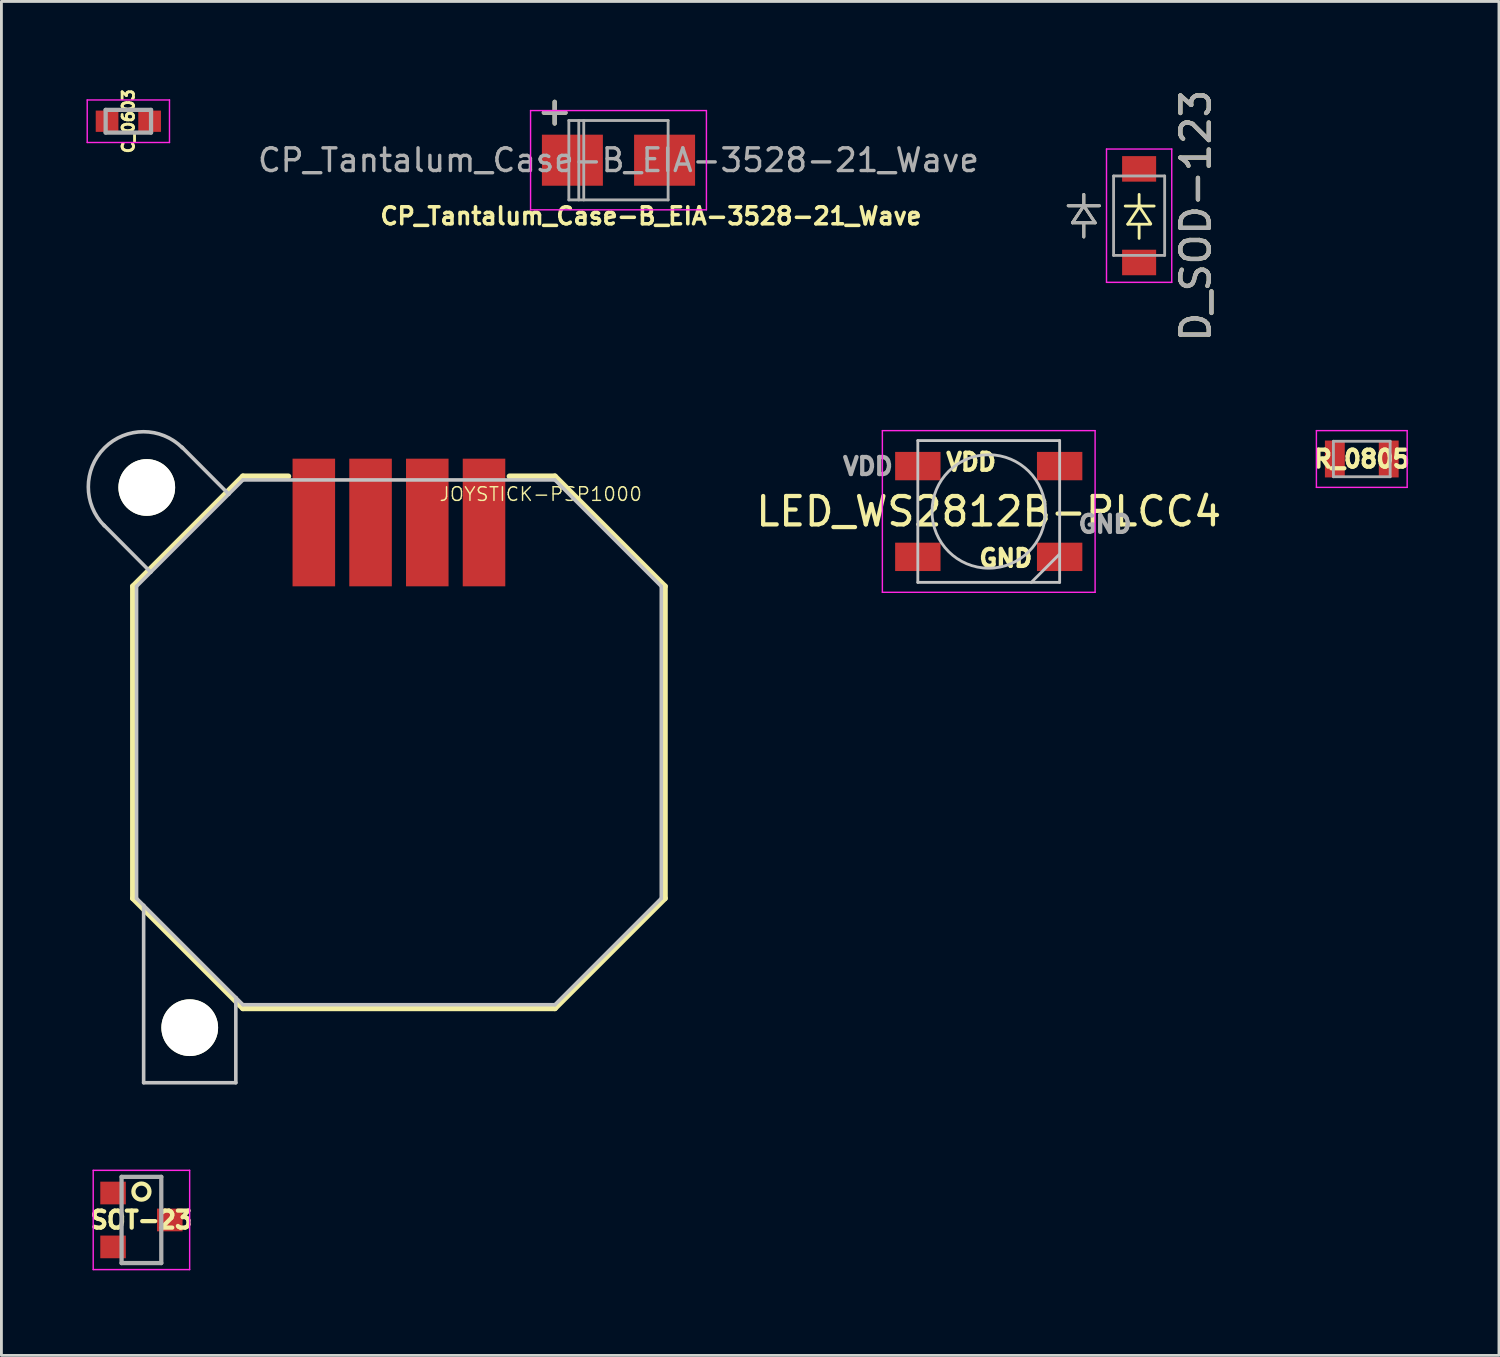
<source format=kicad_pcb>
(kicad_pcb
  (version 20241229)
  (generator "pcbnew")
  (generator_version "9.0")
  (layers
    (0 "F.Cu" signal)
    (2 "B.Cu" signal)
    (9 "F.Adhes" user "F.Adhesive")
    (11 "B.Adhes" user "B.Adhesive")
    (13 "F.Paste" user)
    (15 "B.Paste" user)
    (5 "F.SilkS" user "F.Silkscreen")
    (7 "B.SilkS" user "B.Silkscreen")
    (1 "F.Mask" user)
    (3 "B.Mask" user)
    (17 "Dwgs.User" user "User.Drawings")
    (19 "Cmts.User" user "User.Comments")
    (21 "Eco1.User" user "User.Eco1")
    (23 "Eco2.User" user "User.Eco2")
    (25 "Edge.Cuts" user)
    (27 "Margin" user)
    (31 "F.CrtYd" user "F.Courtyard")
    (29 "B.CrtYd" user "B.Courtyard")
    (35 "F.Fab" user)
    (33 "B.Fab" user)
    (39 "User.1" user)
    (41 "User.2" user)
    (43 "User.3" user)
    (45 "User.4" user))
  (footprint "JOYSTICK-PSP1000"
    (layer "F.Cu")
    (at 11.014 23.121)
    (property "Reference" "JOYSTICK-PSP1000" (at 5 -8.75 0) (layer "F.SilkS") (effects (font (size 0.481 0.481) (thickness 0.05))))
    (attr smd)
    (fp_line (start -9.377 5.5) (end -9.377 -5.5) (stroke (width 0.203) (type solid)) (layer "F.SilkS"))
    (fp_line (start -9.377 5.5) (end -5.5 9.377) (stroke (width 0.203) (type solid)) (layer "F.SilkS"))
    (fp_line (start -5.5 -9.377) (end -9.377 -5.5) (stroke (width 0.203) (type solid)) (layer "F.SilkS"))
    (fp_line (start -5.5 -9.377) (end -3.898 -9.377) (stroke (width 0.203) (type solid)) (layer "F.SilkS"))
    (fp_line (start -5.5 9.377) (end 5.5 9.377) (stroke (width 0.203) (type solid)) (layer "F.SilkS"))
    (fp_line (start 3.898 -9.377) (end 5.5 -9.377) (stroke (width 0.203) (type solid)) (layer "F.SilkS"))
    (fp_line (start 5.5 -9.377) (end 9.377 -5.5) (stroke (width 0.203) (type solid)) (layer "F.SilkS"))
    (fp_line (start 9.377 5.5) (end 5.5 9.377) (stroke (width 0.203) (type solid)) (layer "F.SilkS"))
    (fp_line (start 9.377 5.5) (end 9.377 -5.5) (stroke (width 0.203) (type solid)) (layer "F.SilkS"))
    (fp_line (start -10.4 -7.658) (end -8.75 -6) (stroke (width 0.127) (type solid)) (layer "Dwgs.User"))
    (fp_line (start -9.25 5.5) (end -9.25 -5.5) (stroke (width 0.127) (type solid)) (layer "Dwgs.User"))
    (fp_line (start -9.25 5.5) (end -9 5.75) (stroke (width 0.127) (type solid)) (layer "Dwgs.User"))
    (fp_line (start -9 5.75) (end -9 12) (stroke (width 0.127) (type solid)) (layer "Dwgs.User"))
    (fp_line (start -9 5.75) (end -5.75 9) (stroke (width 0.127) (type solid)) (layer "Dwgs.User"))
    (fp_line (start -9 12) (end -5.75 12) (stroke (width 0.127) (type solid)) (layer "Dwgs.User"))
    (fp_line (start -8.75 -6) (end -9.25 -5.5) (stroke (width 0.127) (type solid)) (layer "Dwgs.User"))
    (fp_line (start -7.65 -10.408) (end -6 -8.75) (stroke (width 0.127) (type solid)) (layer "Dwgs.User"))
    (fp_line (start -6 -8.75) (end -8.75 -6) (stroke (width 0.127) (type solid)) (layer "Dwgs.User"))
    (fp_line (start -5.75 9) (end -5.5 9.25) (stroke (width 0.127) (type solid)) (layer "Dwgs.User"))
    (fp_line (start -5.75 12) (end -5.75 9) (stroke (width 0.127) (type solid)) (layer "Dwgs.User"))
    (fp_line (start -5.5 -9.25) (end -6 -8.75) (stroke (width 0.127) (type solid)) (layer "Dwgs.User"))
    (fp_line (start -5.5 -9.25) (end 5.5 -9.25) (stroke (width 0.127) (type solid)) (layer "Dwgs.User"))
    (fp_line (start -5.5 9.25) (end 5.5 9.25) (stroke (width 0.127) (type solid)) (layer "Dwgs.User"))
    (fp_line (start 5.5 -9.25) (end 9.25 -5.5) (stroke (width 0.127) (type solid)) (layer "Dwgs.User"))
    (fp_line (start 9.25 5.5) (end 5.5 9.25) (stroke (width 0.127) (type solid)) (layer "Dwgs.User"))
    (fp_line (start 9.25 5.5) (end 9.25 -5.5) (stroke (width 0.127) (type solid)) (layer "Dwgs.User"))
    (fp_arc (start -10.3809 -7.6309) (mid -10.3809 -10.3809) (end -7.6309 -10.3809) (stroke (width 0.127) (type solid)) (layer "Dwgs.User"))
    (pad "" np_thru_hole circle (at -8.89 -8.985) (size 2 2) (drill 2) (layers "*.Cu" "*.Mask" "F.SilkS"))
    (pad "" np_thru_hole circle (at -7.375 10.06) (size 2 2) (drill 2) (layers "*.Cu" "*.Mask" "F.SilkS"))
    (pad "1" smd rect (at 3 -7.75 90) (size 4.5 1.5) (layers "F.Cu" "F.Mask" "F.Paste"))
    (pad "2" smd rect (at 1 -7.75 90) (size 4.5 1.5) (layers "F.Cu" "F.Mask" "F.Paste"))
    (pad "3" smd rect (at -1 -7.75 90) (size 4.5 1.5) (layers "F.Cu" "F.Mask" "F.Paste"))
    (pad "4" smd rect (at -3 -7.75 90) (size 4.5 1.5) (layers "F.Cu" "F.Mask" "F.Paste")))
  (footprint "D_SOD-123"
    (layer "F.Cu")
    (at 37.11 4.554)
    (property "Reference" "D_SOD-123" (at 2 0 270) (layer "F.SilkS") (effects (font (size 1 1) (thickness 0.15))))
    (attr smd)
    (fp_line (start -2.35 0.25) (end -1.95 -0.35) (stroke (width 0.1) (type solid)) (layer "F.SilkS"))
    (fp_line (start -1.95 -0.75) (end -1.95 -0.35) (stroke (width 0.1) (type solid)) (layer "F.SilkS"))
    (fp_line (start -1.95 -0.35) (end -2.5 -0.35) (stroke (width 0.1) (type solid)) (layer "F.SilkS"))
    (fp_line (start -1.95 -0.35) (end -1.55 0.25) (stroke (width 0.1) (type solid)) (layer "F.SilkS"))
    (fp_line (start -1.95 -0.35) (end -1.4 -0.35) (stroke (width 0.1) (type solid)) (layer "F.SilkS"))
    (fp_line (start -1.95 0.25) (end -1.95 0.75) (stroke (width 0.1) (type solid)) (layer "F.SilkS"))
    (fp_line (start -1.55 0.25) (end -2.35 0.25) (stroke (width 0.1) (type solid)) (layer "F.SilkS"))
    (fp_line (start -0.4 0.3) (end 0 -0.3) (stroke (width 0.1) (type solid)) (layer "F.SilkS"))
    (fp_line (start -0.02 -0.34) (end 0.53 -0.34) (stroke (width 0.1) (type solid)) (layer "F.SilkS"))
    (fp_line (start 0 -0.75) (end 0 -0.35) (stroke (width 0.1) (type solid)) (layer "F.SilkS"))
    (fp_line (start 0 0.3) (end 0 0.8) (stroke (width 0.1) (type solid)) (layer "F.SilkS"))
    (fp_line (start 0.01 -0.315) (end 0.41 0.285) (stroke (width 0.1) (type solid)) (layer "F.SilkS"))
    (fp_line (start 0.06 -0.34) (end -0.49 -0.34) (stroke (width 0.1) (type solid)) (layer "F.SilkS"))
    (fp_line (start 0.4 0.3) (end -0.4 0.3) (stroke (width 0.1) (type solid)) (layer "F.SilkS"))
    (fp_line (start -1.15 2.35) (end -1.15 -2.35) (stroke (width 0.05) (type solid)) (layer "F.CrtYd"))
    (fp_line (start 1.15 -2.35) (end -1.15 -2.35) (stroke (width 0.05) (type solid)) (layer "F.CrtYd"))
    (fp_line (start 1.15 -2.35) (end 1.15 2.35) (stroke (width 0.05) (type solid)) (layer "F.CrtYd"))
    (fp_line (start 1.15 2.35) (end -1.15 2.35) (stroke (width 0.05) (type solid)) (layer "F.CrtYd"))
    (fp_line (start -2.35 0.25) (end -1.95 -0.35) (stroke (width 0.1) (type solid)) (layer "F.Fab"))
    (fp_line (start -2.35 0.25) (end -1.95 -0.35) (stroke (width 0.1) (type solid)) (layer "F.Fab"))
    (fp_line (start -1.95 -0.75) (end -1.95 -0.35) (stroke (width 0.1) (type solid)) (layer "F.Fab"))
    (fp_line (start -1.95 -0.75) (end -1.95 -0.35) (stroke (width 0.1) (type solid)) (layer "F.Fab"))
    (fp_line (start -1.95 -0.35) (end -2.5 -0.35) (stroke (width 0.1) (type solid)) (layer "F.Fab"))
    (fp_line (start -1.95 -0.35) (end -2.5 -0.35) (stroke (width 0.1) (type solid)) (layer "F.Fab"))
    (fp_line (start -1.95 -0.35) (end -1.55 0.25) (stroke (width 0.1) (type solid)) (layer "F.Fab"))
    (fp_line (start -1.95 -0.35) (end -1.55 0.25) (stroke (width 0.1) (type solid)) (layer "F.Fab"))
    (fp_line (start -1.95 -0.35) (end -1.4 -0.35) (stroke (width 0.1) (type solid)) (layer "F.Fab"))
    (fp_line (start -1.95 -0.35) (end -1.4 -0.35) (stroke (width 0.1) (type solid)) (layer "F.Fab"))
    (fp_line (start -1.95 0.25) (end -1.95 0.75) (stroke (width 0.1) (type solid)) (layer "F.Fab"))
    (fp_line (start -1.95 0.25) (end -1.95 0.75) (stroke (width 0.1) (type solid)) (layer "F.Fab"))
    (fp_line (start -1.55 0.25) (end -2.35 0.25) (stroke (width 0.1) (type solid)) (layer "F.Fab"))
    (fp_line (start -1.55 0.25) (end -2.35 0.25) (stroke (width 0.1) (type solid)) (layer "F.Fab"))
    (fp_line (start -0.9 -1.4) (end 0.9 -1.4) (stroke (width 0.1) (type solid)) (layer "F.Fab"))
    (fp_line (start -0.9 1.4) (end -0.9 -1.4) (stroke (width 0.1) (type solid)) (layer "F.Fab"))
    (fp_line (start 0.9 -1.4) (end 0.9 1.4) (stroke (width 0.1) (type solid)) (layer "F.Fab"))
    (fp_line (start 0.9 1.4) (end -0.9 1.4) (stroke (width 0.1) (type solid)) (layer "F.Fab"))
    (fp_text user "${REFERENCE}" (at 2 0 270) (layer "F.Fab") (effects (font (size 1 1) (thickness 0.15))))
    (pad "1" smd rect (at 0 -1.65 270) (size 0.9 1.2) (layers "F.Cu" "F.Mask" "F.Paste"))
    (pad "2" smd rect (at 0 1.65 270) (size 0.9 1.2) (layers "F.Cu" "F.Mask" "F.Paste")))
  (footprint "LED_WS2812B-PLCC4"
    (layer "F.Cu")
    (at 31.808 14.982)
    (property "Reference" "LED_WS2812B-PLCC4" (at 0 0 0) (layer "F.SilkS") (effects (font (size 1 1) (thickness 0.15))))
    (attr smd)
    (fp_line (start -2.5 -2.5) (end -2.5 2.5) (stroke (width 0.1) (type solid)) (layer "Dwgs.User"))
    (fp_line (start -2.5 2.5) (end 2.5 2.5) (stroke (width 0.1) (type solid)) (layer "Dwgs.User"))
    (fp_line (start 2.5 -2.5) (end -2.5 -2.5) (stroke (width 0.1) (type solid)) (layer "Dwgs.User"))
    (fp_line (start 2.5 1.5) (end 1.5 2.5) (stroke (width 0.1) (type solid)) (layer "Dwgs.User"))
    (fp_line (start 2.5 2.5) (end 2.5 -2.5) (stroke (width 0.1) (type solid)) (layer "Dwgs.User"))
    (fp_circle (center 0 0) (end 0 -2) (stroke (width 0.1) (type solid)) (fill no) (layer "Dwgs.User"))
    (fp_line (start -3.75 -2.85) (end -3.75 2.85) (stroke (width 0.05) (type solid)) (layer "F.CrtYd"))
    (fp_line (start -3.75 2.85) (end 3.75 2.85) (stroke (width 0.05) (type solid)) (layer "F.CrtYd"))
    (fp_line (start 3.75 -2.85) (end -3.75 -2.85) (stroke (width 0.05) (type solid)) (layer "F.CrtYd"))
    (fp_line (start 3.75 2.85) (end 3.75 -2.85) (stroke (width 0.05) (type solid)) (layer "F.CrtYd"))
    (fp_text user "GND" (at 0.6 1.65 0) (layer "F.SilkS") (effects (font (size 0.6 0.6) (thickness 0.15))))
    (fp_text user "VDD" (at -0.62 -1.74 0) (layer "F.SilkS") (effects (font (size 0.6 0.6) (thickness 0.15))))
    (fp_text user "GND" (at 4.1 0.45 0) (layer "F.Fab") (effects (font (size 0.6 0.6) (thickness 0.15))))
    (fp_text user "VDD" (at -4.26 -1.59 0) (layer "F.Fab") (effects (font (size 0.6 0.6) (thickness 0.15))))
    (pad "1" smd rect (at -2.5 -1.6) (size 1.6 1) (layers "F.Cu" "F.Mask" "F.Paste"))
    (pad "2" smd rect (at -2.5 1.6) (size 1.6 1) (layers "F.Cu" "F.Mask" "F.Paste"))
    (pad "3" smd rect (at 2.5 1.6) (size 1.6 1) (layers "F.Cu" "F.Mask" "F.Paste"))
    (pad "4" smd rect (at 2.5 -1.6) (size 1.6 1) (layers "F.Cu" "F.Mask" "F.Paste")))
  (footprint "SOT-23"
    (layer "F.Cu")
    (at 1.936 39.96)
    (property "Reference" "SOT-23" (at 0 0 0) (layer "F.SilkS") (effects (font (size 0.6 0.6) (thickness 0.15))))
    (attr smd)
    (fp_circle (center 0 -1) (end 0.2 -0.8) (stroke (width 0.15) (type solid)) (fill no) (layer "F.SilkS"))
    (fp_line (start -1.7 -1.75) (end 1.7 -1.75) (stroke (width 0.05) (type solid)) (layer "F.CrtYd"))
    (fp_line (start -1.7 1.75) (end -1.7 -1.75) (stroke (width 0.05) (type solid)) (layer "F.CrtYd"))
    (fp_line (start 1.7 -1.75) (end 1.7 1.75) (stroke (width 0.05) (type solid)) (layer "F.CrtYd"))
    (fp_line (start 1.7 1.75) (end -1.7 1.75) (stroke (width 0.05) (type solid)) (layer "F.CrtYd"))
    (fp_line (start -0.7 -1.52) (end -0.7 1.52) (stroke (width 0.15) (type solid)) (layer "F.Fab"))
    (fp_line (start -0.7 -1.52) (end 0.7 -1.52) (stroke (width 0.15) (type solid)) (layer "F.Fab"))
    (fp_line (start -0.7 1.52) (end 0.7 1.52) (stroke (width 0.15) (type solid)) (layer "F.Fab"))
    (fp_line (start 0.7 -1.52) (end 0.7 1.52) (stroke (width 0.15) (type solid)) (layer "F.Fab"))
    (pad "1" smd rect (at -1 -0.95) (size 0.9 0.8) (layers "F.Cu" "F.Mask" "F.Paste"))
    (pad "2" smd rect (at -1 0.95) (size 0.9 0.8) (layers "F.Cu" "F.Mask" "F.Paste"))
    (pad "3" smd rect (at 1 0) (size 0.9 0.8) (layers "F.Cu" "F.Mask" "F.Paste")))
  (footprint "R_0805"
    (layer "F.Cu")
    (at 44.96 13.132)
    (property "Reference" "R_0805" (at 0 0 0) (layer "F.SilkS") (effects (font (size 0.6 0.6) (thickness 0.15))))
    (attr smd)
    (fp_line (start -1.6 -1) (end -1.6 1) (stroke (width 0.05) (type solid)) (layer "F.CrtYd"))
    (fp_line (start -1.6 -1) (end 1.6 -1) (stroke (width 0.05) (type solid)) (layer "F.CrtYd"))
    (fp_line (start -1.6 1) (end 1.6 1) (stroke (width 0.05) (type solid)) (layer "F.CrtYd"))
    (fp_line (start 1.6 -1) (end 1.6 1) (stroke (width 0.05) (type solid)) (layer "F.CrtYd"))
    (fp_line (start -1 -0.625) (end 1 -0.625) (stroke (width 0.1) (type solid)) (layer "F.Fab"))
    (fp_line (start -1 0.625) (end -1 -0.625) (stroke (width 0.1) (type solid)) (layer "F.Fab"))
    (fp_line (start 1 -0.625) (end 1 0.625) (stroke (width 0.1) (type solid)) (layer "F.Fab"))
    (fp_line (start 1 0.625) (end -1 0.625) (stroke (width 0.1) (type solid)) (layer "F.Fab"))
    (pad "1" smd rect (at -0.95 0) (size 0.7 1.3) (layers "F.Cu" "F.Mask" "F.Paste"))
    (pad "2" smd rect (at 0.95 0) (size 0.7 1.3) (layers "F.Cu" "F.Mask" "F.Paste")))
  (footprint "C_0603"
    (layer "F.Cu")
    (at 1.475 1.224)
    (property "Reference" "C_0603" (at 0 0 90) (layer "F.SilkS") (effects (font (size 0.4 0.4) (thickness 0.1))))
    (attr smd)
    (fp_line (start -1.45 -0.75) (end -1.45 0.75) (stroke (width 0.05) (type solid)) (layer "F.CrtYd"))
    (fp_line (start -1.45 -0.75) (end 1.45 -0.75) (stroke (width 0.05) (type solid)) (layer "F.CrtYd"))
    (fp_line (start -1.45 0.75) (end 1.45 0.75) (stroke (width 0.05) (type solid)) (layer "F.CrtYd"))
    (fp_line (start 1.45 -0.75) (end 1.45 0.75) (stroke (width 0.05) (type solid)) (layer "F.CrtYd"))
    (fp_line (start -0.8 -0.4) (end 0.8 -0.4) (stroke (width 0.15) (type solid)) (layer "F.Fab"))
    (fp_line (start -0.8 0.4) (end -0.8 -0.4) (stroke (width 0.15) (type solid)) (layer "F.Fab"))
    (fp_line (start 0.8 -0.4) (end 0.8 0.4) (stroke (width 0.15) (type solid)) (layer "F.Fab"))
    (fp_line (start 0.8 0.4) (end -0.8 0.4) (stroke (width 0.15) (type solid)) (layer "F.Fab"))
    (pad "1" smd rect (at -0.75 0) (size 0.8 0.75) (layers "F.Cu" "F.Mask" "F.Paste"))
    (pad "2" smd rect (at 0.75 0) (size 0.8 0.75) (layers "F.Cu" "F.Mask" "F.Paste")))
  (footprint "CP_Tantalum_Case-B_EIA-3528-21_Wave"
    (layer "F.Cu")
    (at 18.755 2.598)
    (property "Reference" "CP_Tantalum_Case-B_EIA-3528-21_Wave" (at 1.144 1.97 0) (layer "F.SilkS") (effects (font (size 0.6 0.6) (thickness 0.125))))
    (attr smd)
    (fp_line (start -3.1 -1.75) (end -3.1 1.75) (stroke (width 0.05) (type solid)) (layer "F.CrtYd"))
    (fp_line (start -3.1 1.75) (end 3.1 1.75) (stroke (width 0.05) (type solid)) (layer "F.CrtYd"))
    (fp_line (start 3.1 -1.75) (end -3.1 -1.75) (stroke (width 0.05) (type solid)) (layer "F.CrtYd"))
    (fp_line (start 3.1 1.75) (end 3.1 -1.75) (stroke (width 0.05) (type solid)) (layer "F.CrtYd"))
    (fp_line (start -1.75 -1.4) (end -1.75 1.4) (stroke (width 0.1) (type solid)) (layer "F.Fab"))
    (fp_line (start -1.75 1.4) (end 1.75 1.4) (stroke (width 0.1) (type solid)) (layer "F.Fab"))
    (fp_line (start -1.4 -1.4) (end -1.4 1.4) (stroke (width 0.1) (type solid)) (layer "F.Fab"))
    (fp_line (start -1.225 -1.4) (end -1.225 1.4) (stroke (width 0.1) (type solid)) (layer "F.Fab"))
    (fp_line (start 1.75 -1.4) (end -1.75 -1.4) (stroke (width 0.1) (type solid)) (layer "F.Fab"))
    (fp_line (start 1.75 1.4) (end 1.75 -1.4) (stroke (width 0.1) (type solid)) (layer "F.Fab"))
    (fp_text user "+" (at -2.25 -1.75 0) (layer "F.SilkS") (effects (font (size 1 1) (thickness 0.15))))
    (fp_text user "${REFERENCE}" (at 0 0 0) (layer "F.Fab") (effects (font (size 0.8 0.8) (thickness 0.12))))
    (fp_text user "+" (at -2.25 -1.75 0) (layer "F.Fab") (effects (font (size 1 1) (thickness 0.15))))
    (pad "1" smd rect (at -1.625 0) (size 2.15 1.8) (layers "F.Cu" "F.Mask" "F.Paste"))
    (pad "2" smd rect (at 1.625 0) (size 2.15 1.8) (layers "F.Cu" "F.Mask" "F.Paste")))
  (gr_rect
    (start -3 -3)
    (end 49.796 44.735)
    (stroke (width 0.1) (type default))
    (fill no)
    (layer "Edge.Cuts")))
</source>
